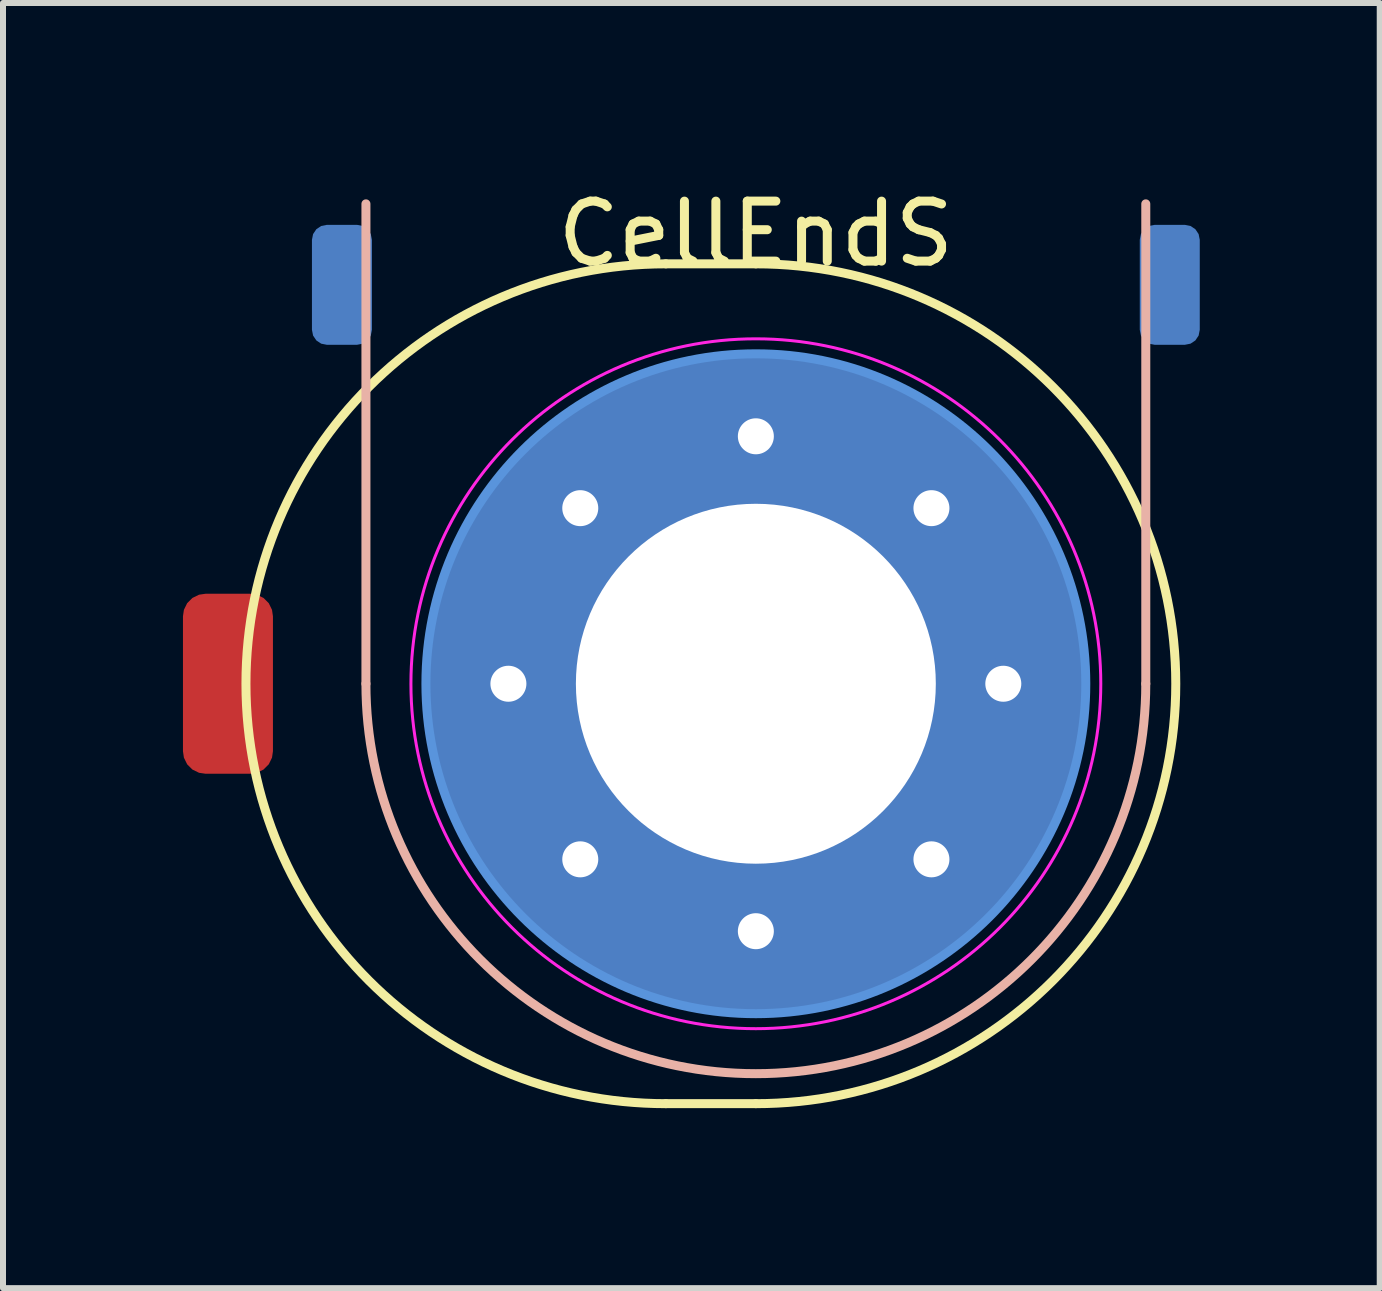
<source format=kicad_pcb>
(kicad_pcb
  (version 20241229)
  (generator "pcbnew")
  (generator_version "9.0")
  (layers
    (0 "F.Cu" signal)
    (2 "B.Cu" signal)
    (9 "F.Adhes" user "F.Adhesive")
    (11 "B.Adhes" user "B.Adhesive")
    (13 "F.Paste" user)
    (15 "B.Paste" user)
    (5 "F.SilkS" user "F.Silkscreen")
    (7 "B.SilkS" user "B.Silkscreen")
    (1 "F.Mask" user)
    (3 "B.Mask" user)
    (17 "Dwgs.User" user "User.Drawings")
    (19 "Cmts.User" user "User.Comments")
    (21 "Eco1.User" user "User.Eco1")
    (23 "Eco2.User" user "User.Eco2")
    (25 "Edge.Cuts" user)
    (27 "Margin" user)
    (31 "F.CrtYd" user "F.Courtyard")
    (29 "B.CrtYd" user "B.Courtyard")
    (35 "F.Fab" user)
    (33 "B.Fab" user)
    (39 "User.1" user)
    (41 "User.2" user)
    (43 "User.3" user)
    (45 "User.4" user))
  (footprint "CellEndS"
    (layer "F.Cu")
    (at 9.55 8.348)
    (property "Reference" "CellEndS" (at 0 -7.5 0) (layer "F.SilkS") (effects (font (size 1 1) (thickness 0.15))))
    (attr exclude_from_pos_files exclude_from_bom)
    (fp_line (start -1.5 -7) (end 0 -7) (stroke (width 0.15) (type solid)) (layer "F.SilkS"))
    (fp_line (start -1.5 7) (end 0 7) (stroke (width 0.15) (type solid)) (layer "F.SilkS"))
    (fp_arc (start -1.5 7) (mid -8.5 0) (end -1.5 -7) (stroke (width 0.15) (type solid)) (layer "F.SilkS"))
    (fp_arc (start 0 -7) (mid 7 0) (end 0 7) (stroke (width 0.15) (type solid)) (layer "F.SilkS"))
    (fp_line (start -6.5 0) (end -6.5 -8) (stroke (width 0.15) (type solid)) (layer "B.SilkS"))
    (fp_line (start 6.5 0) (end 6.5 -8) (stroke (width 0.15) (type solid)) (layer "B.SilkS"))
    (fp_arc (start 6.5 0) (mid 0 6.5) (end -6.5 0) (stroke (width 0.15) (type solid)) (layer "B.SilkS"))
    (fp_circle (center 0 0) (end 5.5 0) (stroke (width 0.15) (type solid)) (fill no) (layer "Cmts.User"))
    (fp_circle (center 0 0) (end 5.75 0) (stroke (width 0.05) (type solid)) (fill no) (layer "F.CrtYd"))
    (pad "" smd roundrect (at -8.8 0 90) (size 3 1.5) (layers "F.Cu" "F.Mask") (roundrect_rratio 0.25))
    (pad "" smd roundrect (at -6.9 -6.65 90) (size 2 1) (layers "B.Cu" "B.Mask") (roundrect_rratio 0.25))
    (pad "" smd roundrect (at 6.9 -6.65 90) (size 2 1) (layers "B.Cu" "B.Mask") (roundrect_rratio 0.25))
    (pad "1" thru_hole circle (at -4.125 0) (size 0.9 0.9) (drill 0.6) (layers "*.Cu" "*.Mask"))
    (pad "1" thru_hole circle (at -2.927 -2.927) (size 0.9 0.9) (drill 0.6) (layers "*.Cu" "*.Mask"))
    (pad "1" thru_hole circle (at -2.927 2.927) (size 0.9 0.9) (drill 0.6) (layers "*.Cu" "*.Mask"))
    (pad "1" thru_hole circle (at 0 -4.125) (size 0.9 0.9) (drill 0.6) (layers "*.Cu" "*.Mask"))
    (pad "1" thru_hole circle (at 0 0) (size 11 11) (drill 6) (layers "*.Cu" "*.Mask"))
    (pad "1" thru_hole circle (at 0 4.125) (size 0.9 0.9) (drill 0.6) (layers "*.Cu" "*.Mask"))
    (pad "1" thru_hole circle (at 2.927 -2.927) (size 0.9 0.9) (drill 0.6) (layers "*.Cu" "*.Mask"))
    (pad "1" thru_hole circle (at 2.927 2.927) (size 0.9 0.9) (drill 0.6) (layers "*.Cu" "*.Mask"))
    (pad "1" thru_hole circle (at 4.125 0) (size 0.9 0.9) (drill 0.6) (layers "*.Cu" "*.Mask")))
  (gr_rect
    (start -3 -3)
    (end 19.95 18.423)
    (stroke (width 0.1) (type default))
    (fill no)
    (layer "Edge.Cuts")))
</source>
